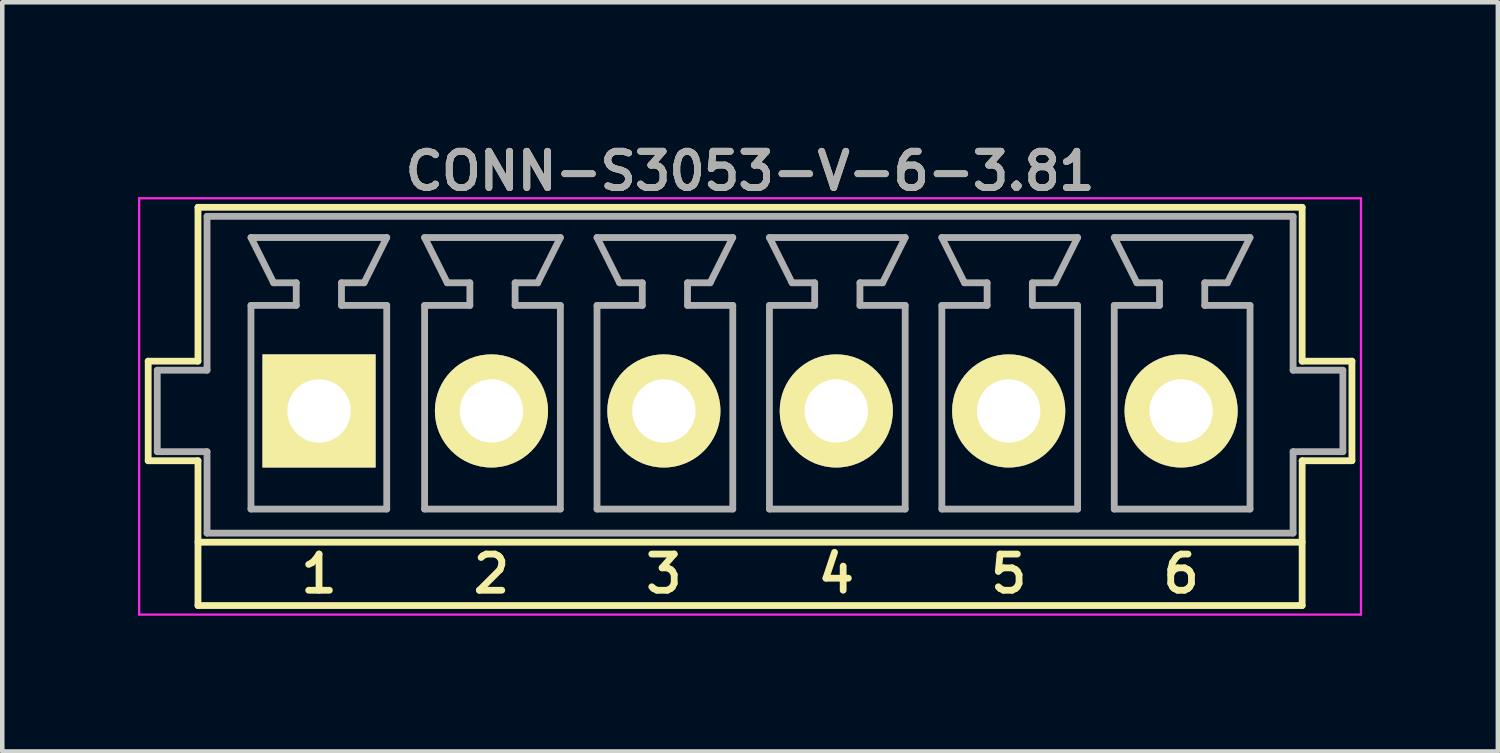
<source format=kicad_pcb>
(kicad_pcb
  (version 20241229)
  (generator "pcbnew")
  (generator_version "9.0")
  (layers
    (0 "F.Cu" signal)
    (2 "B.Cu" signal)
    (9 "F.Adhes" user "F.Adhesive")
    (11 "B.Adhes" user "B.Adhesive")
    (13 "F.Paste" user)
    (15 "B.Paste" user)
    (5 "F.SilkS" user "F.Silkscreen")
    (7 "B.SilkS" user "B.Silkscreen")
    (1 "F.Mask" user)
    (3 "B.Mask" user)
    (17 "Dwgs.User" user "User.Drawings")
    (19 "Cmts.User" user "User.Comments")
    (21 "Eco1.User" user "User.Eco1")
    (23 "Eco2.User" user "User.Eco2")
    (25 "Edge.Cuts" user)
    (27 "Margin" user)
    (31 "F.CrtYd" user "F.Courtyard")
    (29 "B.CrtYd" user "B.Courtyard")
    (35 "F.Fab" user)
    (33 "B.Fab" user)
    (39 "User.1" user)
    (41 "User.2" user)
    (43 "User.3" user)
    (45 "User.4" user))
  (footprint "CONN-S3053-V-6-3.81"
    (layer "F.Cu")
    (at 13.525 5.231)
    (property "Reference" "CONN-S3053-V-6-3.81" (at 0 -4.5 0) (layer "F.SilkS") (effects (font (size 0.8 0.8) (thickness 0.15))))
    (attr through_hole)
    (fp_line (start -13.3 -0.3) (end -13.3 1.9) (stroke (width 0.15) (type solid)) (layer "F.SilkS"))
    (fp_line (start -13.3 1.9) (end -12.2 1.9) (stroke (width 0.15) (type solid)) (layer "F.SilkS"))
    (fp_line (start -12.2 -3.7) (end -12.2 -0.3) (stroke (width 0.15) (type solid)) (layer "F.SilkS"))
    (fp_line (start -12.2 -3.7) (end 12.2 -3.7) (stroke (width 0.15) (type solid)) (layer "F.SilkS"))
    (fp_line (start -12.2 -0.3) (end -13.3 -0.3) (stroke (width 0.15) (type solid)) (layer "F.SilkS"))
    (fp_line (start -12.2 1.9) (end -12.2 5.1) (stroke (width 0.15) (type solid)) (layer "F.SilkS"))
    (fp_line (start -12.2 5.1) (end 12.2 5.1) (stroke (width 0.15) (type solid)) (layer "F.SilkS"))
    (fp_line (start 12.2 -3.7) (end 12.2 -0.3) (stroke (width 0.15) (type solid)) (layer "F.SilkS"))
    (fp_line (start 12.2 1.9) (end 12.2 5.1) (stroke (width 0.15) (type solid)) (layer "F.SilkS"))
    (fp_line (start 12.2 1.9) (end 13.3 1.9) (stroke (width 0.15) (type solid)) (layer "F.SilkS"))
    (fp_line (start 12.2 3.7) (end -12.2 3.7) (stroke (width 0.15) (type solid)) (layer "F.SilkS"))
    (fp_line (start 13.3 -0.3) (end 12.2 -0.3) (stroke (width 0.15) (type solid)) (layer "F.SilkS"))
    (fp_line (start 13.3 -0.3) (end 13.3 1.9) (stroke (width 0.15) (type solid)) (layer "F.SilkS"))
    (fp_line (start -13.5 -3.9) (end 13.5 -3.9) (stroke (width 0.05) (type solid)) (layer "F.CrtYd"))
    (fp_line (start -13.5 5.3) (end -13.5 -3.9) (stroke (width 0.05) (type solid)) (layer "F.CrtYd"))
    (fp_line (start 13.5 -3.9) (end 13.5 5.3) (stroke (width 0.05) (type solid)) (layer "F.CrtYd"))
    (fp_line (start 13.5 5.3) (end -13.5 5.3) (stroke (width 0.05) (type solid)) (layer "F.CrtYd"))
    (fp_line (start -13.1 -0.1) (end -13.1 1.7) (stroke (width 0.15) (type solid)) (layer "F.Fab"))
    (fp_line (start -13.1 1.7) (end -12 1.7) (stroke (width 0.15) (type solid)) (layer "F.Fab"))
    (fp_line (start -12 -3.5) (end -12 -0.1) (stroke (width 0.15) (type solid)) (layer "F.Fab"))
    (fp_line (start -12 -3.5) (end 12 -3.5) (stroke (width 0.15) (type solid)) (layer "F.Fab"))
    (fp_line (start -12 -0.1) (end -13.1 -0.1) (stroke (width 0.15) (type solid)) (layer "F.Fab"))
    (fp_line (start -12 1.7) (end -12 3.5) (stroke (width 0.15) (type solid)) (layer "F.Fab"))
    (fp_line (start -11.029 -3.032) (end -10.529 -2.032) (stroke (width 0.15) (type solid)) (layer "F.Fab"))
    (fp_line (start -11.029 -1.532) (end -10.029 -1.532) (stroke (width 0.15) (type solid)) (layer "F.Fab"))
    (fp_line (start -11.029 2.968) (end -11.029 -1.532) (stroke (width 0.15) (type solid)) (layer "F.Fab"))
    (fp_line (start -10.029 -2.032) (end -10.529 -2.032) (stroke (width 0.15) (type solid)) (layer "F.Fab"))
    (fp_line (start -10.029 -1.532) (end -10.029 -2.032) (stroke (width 0.15) (type solid)) (layer "F.Fab"))
    (fp_line (start -9.029 -2.032) (end -8.529 -2.032) (stroke (width 0.15) (type solid)) (layer "F.Fab"))
    (fp_line (start -9.029 -1.532) (end -9.029 -2.032) (stroke (width 0.15) (type solid)) (layer "F.Fab"))
    (fp_line (start -9.029 -1.532) (end -8.029 -1.532) (stroke (width 0.15) (type solid)) (layer "F.Fab"))
    (fp_line (start -8.529 -2.032) (end -8.029 -3.032) (stroke (width 0.15) (type solid)) (layer "F.Fab"))
    (fp_line (start -8.029 -3.032) (end -11.029 -3.032) (stroke (width 0.15) (type solid)) (layer "F.Fab"))
    (fp_line (start -8.029 2.968) (end -11.029 2.968) (stroke (width 0.15) (type solid)) (layer "F.Fab"))
    (fp_line (start -8.029 2.968) (end -8.029 -1.532) (stroke (width 0.15) (type solid)) (layer "F.Fab"))
    (fp_line (start -7.192 -3.032) (end -6.692 -2.032) (stroke (width 0.15) (type solid)) (layer "F.Fab"))
    (fp_line (start -7.192 -1.532) (end -6.192 -1.532) (stroke (width 0.15) (type solid)) (layer "F.Fab"))
    (fp_line (start -7.192 2.968) (end -7.192 -1.532) (stroke (width 0.15) (type solid)) (layer "F.Fab"))
    (fp_line (start -6.192 -2.032) (end -6.692 -2.032) (stroke (width 0.15) (type solid)) (layer "F.Fab"))
    (fp_line (start -6.192 -1.532) (end -6.192 -2.032) (stroke (width 0.15) (type solid)) (layer "F.Fab"))
    (fp_line (start -5.192 -2.032) (end -4.692 -2.032) (stroke (width 0.15) (type solid)) (layer "F.Fab"))
    (fp_line (start -5.192 -1.532) (end -5.192 -2.032) (stroke (width 0.15) (type solid)) (layer "F.Fab"))
    (fp_line (start -5.192 -1.532) (end -4.192 -1.532) (stroke (width 0.15) (type solid)) (layer "F.Fab"))
    (fp_line (start -4.692 -2.032) (end -4.192 -3.032) (stroke (width 0.15) (type solid)) (layer "F.Fab"))
    (fp_line (start -4.192 -3.032) (end -7.192 -3.032) (stroke (width 0.15) (type solid)) (layer "F.Fab"))
    (fp_line (start -4.192 2.968) (end -7.192 2.968) (stroke (width 0.15) (type solid)) (layer "F.Fab"))
    (fp_line (start -4.192 2.968) (end -4.192 -1.532) (stroke (width 0.15) (type solid)) (layer "F.Fab"))
    (fp_line (start -3.382 -3.032) (end -2.882 -2.032) (stroke (width 0.15) (type solid)) (layer "F.Fab"))
    (fp_line (start -3.382 -1.532) (end -2.382 -1.532) (stroke (width 0.15) (type solid)) (layer "F.Fab"))
    (fp_line (start -3.382 2.968) (end -3.382 -1.532) (stroke (width 0.15) (type solid)) (layer "F.Fab"))
    (fp_line (start -2.382 -2.032) (end -2.882 -2.032) (stroke (width 0.15) (type solid)) (layer "F.Fab"))
    (fp_line (start -2.382 -1.532) (end -2.382 -2.032) (stroke (width 0.15) (type solid)) (layer "F.Fab"))
    (fp_line (start -1.382 -2.032) (end -0.882 -2.032) (stroke (width 0.15) (type solid)) (layer "F.Fab"))
    (fp_line (start -1.382 -1.532) (end -1.382 -2.032) (stroke (width 0.15) (type solid)) (layer "F.Fab"))
    (fp_line (start -1.382 -1.532) (end -0.382 -1.532) (stroke (width 0.15) (type solid)) (layer "F.Fab"))
    (fp_line (start -0.882 -2.032) (end -0.382 -3.032) (stroke (width 0.15) (type solid)) (layer "F.Fab"))
    (fp_line (start -0.382 -3.032) (end -3.382 -3.032) (stroke (width 0.15) (type solid)) (layer "F.Fab"))
    (fp_line (start -0.382 2.968) (end -3.382 2.968) (stroke (width 0.15) (type solid)) (layer "F.Fab"))
    (fp_line (start -0.382 2.968) (end -0.382 -1.532) (stroke (width 0.15) (type solid)) (layer "F.Fab"))
    (fp_line (start 0.428 -3.032) (end 0.928 -2.032) (stroke (width 0.15) (type solid)) (layer "F.Fab"))
    (fp_line (start 0.428 -1.532) (end 1.428 -1.532) (stroke (width 0.15) (type solid)) (layer "F.Fab"))
    (fp_line (start 0.428 2.968) (end 0.428 -1.532) (stroke (width 0.15) (type solid)) (layer "F.Fab"))
    (fp_line (start 1.428 -2.032) (end 0.928 -2.032) (stroke (width 0.15) (type solid)) (layer "F.Fab"))
    (fp_line (start 1.428 -1.532) (end 1.428 -2.032) (stroke (width 0.15) (type solid)) (layer "F.Fab"))
    (fp_line (start 2.428 -2.032) (end 2.928 -2.032) (stroke (width 0.15) (type solid)) (layer "F.Fab"))
    (fp_line (start 2.428 -1.532) (end 2.428 -2.032) (stroke (width 0.15) (type solid)) (layer "F.Fab"))
    (fp_line (start 2.428 -1.532) (end 3.428 -1.532) (stroke (width 0.15) (type solid)) (layer "F.Fab"))
    (fp_line (start 2.928 -2.032) (end 3.428 -3.032) (stroke (width 0.15) (type solid)) (layer "F.Fab"))
    (fp_line (start 3.428 -3.032) (end 0.428 -3.032) (stroke (width 0.15) (type solid)) (layer "F.Fab"))
    (fp_line (start 3.428 2.968) (end 0.428 2.968) (stroke (width 0.15) (type solid)) (layer "F.Fab"))
    (fp_line (start 3.428 2.968) (end 3.428 -1.532) (stroke (width 0.15) (type solid)) (layer "F.Fab"))
    (fp_line (start 4.238 -3.032) (end 4.738 -2.032) (stroke (width 0.15) (type solid)) (layer "F.Fab"))
    (fp_line (start 4.238 -1.532) (end 5.238 -1.532) (stroke (width 0.15) (type solid)) (layer "F.Fab"))
    (fp_line (start 4.238 2.968) (end 4.238 -1.532) (stroke (width 0.15) (type solid)) (layer "F.Fab"))
    (fp_line (start 5.238 -2.032) (end 4.738 -2.032) (stroke (width 0.15) (type solid)) (layer "F.Fab"))
    (fp_line (start 5.238 -1.532) (end 5.238 -2.032) (stroke (width 0.15) (type solid)) (layer "F.Fab"))
    (fp_line (start 6.238 -2.032) (end 6.738 -2.032) (stroke (width 0.15) (type solid)) (layer "F.Fab"))
    (fp_line (start 6.238 -1.532) (end 6.238 -2.032) (stroke (width 0.15) (type solid)) (layer "F.Fab"))
    (fp_line (start 6.238 -1.532) (end 7.238 -1.532) (stroke (width 0.15) (type solid)) (layer "F.Fab"))
    (fp_line (start 6.738 -2.032) (end 7.238 -3.032) (stroke (width 0.15) (type solid)) (layer "F.Fab"))
    (fp_line (start 7.238 -3.032) (end 4.238 -3.032) (stroke (width 0.15) (type solid)) (layer "F.Fab"))
    (fp_line (start 7.238 2.968) (end 4.238 2.968) (stroke (width 0.15) (type solid)) (layer "F.Fab"))
    (fp_line (start 7.238 2.968) (end 7.238 -1.532) (stroke (width 0.15) (type solid)) (layer "F.Fab"))
    (fp_line (start 8.048 -3.032) (end 8.548 -2.032) (stroke (width 0.15) (type solid)) (layer "F.Fab"))
    (fp_line (start 8.048 -1.532) (end 9.048 -1.532) (stroke (width 0.15) (type solid)) (layer "F.Fab"))
    (fp_line (start 8.048 2.968) (end 8.048 -1.532) (stroke (width 0.15) (type solid)) (layer "F.Fab"))
    (fp_line (start 9.048 -2.032) (end 8.548 -2.032) (stroke (width 0.15) (type solid)) (layer "F.Fab"))
    (fp_line (start 9.048 -1.532) (end 9.048 -2.032) (stroke (width 0.15) (type solid)) (layer "F.Fab"))
    (fp_line (start 10.048 -2.032) (end 10.548 -2.032) (stroke (width 0.15) (type solid)) (layer "F.Fab"))
    (fp_line (start 10.048 -1.532) (end 10.048 -2.032) (stroke (width 0.15) (type solid)) (layer "F.Fab"))
    (fp_line (start 10.048 -1.532) (end 11.048 -1.532) (stroke (width 0.15) (type solid)) (layer "F.Fab"))
    (fp_line (start 10.548 -2.032) (end 11.048 -3.032) (stroke (width 0.15) (type solid)) (layer "F.Fab"))
    (fp_line (start 11.048 -3.032) (end 8.048 -3.032) (stroke (width 0.15) (type solid)) (layer "F.Fab"))
    (fp_line (start 11.048 2.968) (end 8.048 2.968) (stroke (width 0.15) (type solid)) (layer "F.Fab"))
    (fp_line (start 11.048 2.968) (end 11.048 -1.532) (stroke (width 0.15) (type solid)) (layer "F.Fab"))
    (fp_line (start 12 -0.1) (end 12 -3.5) (stroke (width 0.15) (type solid)) (layer "F.Fab"))
    (fp_line (start 12 1.7) (end 13.1 1.7) (stroke (width 0.15) (type solid)) (layer "F.Fab"))
    (fp_line (start 12 3.5) (end -12 3.5) (stroke (width 0.15) (type solid)) (layer "F.Fab"))
    (fp_line (start 12 3.5) (end 12 1.7) (stroke (width 0.15) (type solid)) (layer "F.Fab"))
    (fp_line (start 13.1 -0.1) (end 12 -0.1) (stroke (width 0.15) (type solid)) (layer "F.Fab"))
    (fp_line (start 13.1 1.7) (end 13.1 -0.1) (stroke (width 0.15) (type solid)) (layer "F.Fab"))
    (fp_text user "2" (at -5.715 4.4 0) (layer "F.SilkS") (effects (font (size 0.8 0.8) (thickness 0.15))))
    (fp_text user "1" (at -9.525 4.4 0) (layer "F.SilkS") (effects (font (size 0.8 0.8) (thickness 0.15))))
    (fp_text user "3" (at -1.905 4.4 0) (layer "F.SilkS") (effects (font (size 0.8 0.8) (thickness 0.15))))
    (fp_text user "6" (at 9.525 4.4 0) (layer "F.SilkS") (effects (font (size 0.8 0.8) (thickness 0.15))))
    (fp_text user "4" (at 1.905 4.4 0) (layer "F.SilkS") (effects (font (size 0.8 0.8) (thickness 0.15))))
    (fp_text user "5" (at 5.715 4.4 0) (layer "F.SilkS") (effects (font (size 0.8 0.8) (thickness 0.15))))
    (fp_text user "${REFERENCE}" (at 0 -4.5 0) (layer "F.Fab") (effects (font (size 0.8 0.8) (thickness 0.15))))
    (pad "1" thru_hole rect (at -9.525 0.8 180) (size 2.5 2.5) (drill 1.4) (layers "*.Cu" "*.Mask" "F.SilkS"))
    (pad "2" thru_hole circle (at -5.715 0.8 180) (size 2.5 2.5) (drill 1.4) (layers "*.Cu" "*.Mask" "F.SilkS"))
    (pad "3" thru_hole circle (at -1.905 0.8 180) (size 2.5 2.5) (drill 1.4) (layers "*.Cu" "*.Mask" "F.SilkS"))
    (pad "4" thru_hole circle (at 1.905 0.8 180) (size 2.5 2.5) (drill 1.4) (layers "*.Cu" "*.Mask" "F.SilkS"))
    (pad "5" thru_hole circle (at 5.715 0.8 180) (size 2.5 2.5) (drill 1.4) (layers "*.Cu" "*.Mask" "F.SilkS"))
    (pad "6" thru_hole circle (at 9.525 0.8 180) (size 2.5 2.5) (drill 1.4) (layers "*.Cu" "*.Mask" "F.SilkS")))
  (gr_rect
    (start -3 -3)
    (end 30.05 13.556)
    (stroke (width 0.1) (type default))
    (fill no)
    (layer "Edge.Cuts")))
</source>
